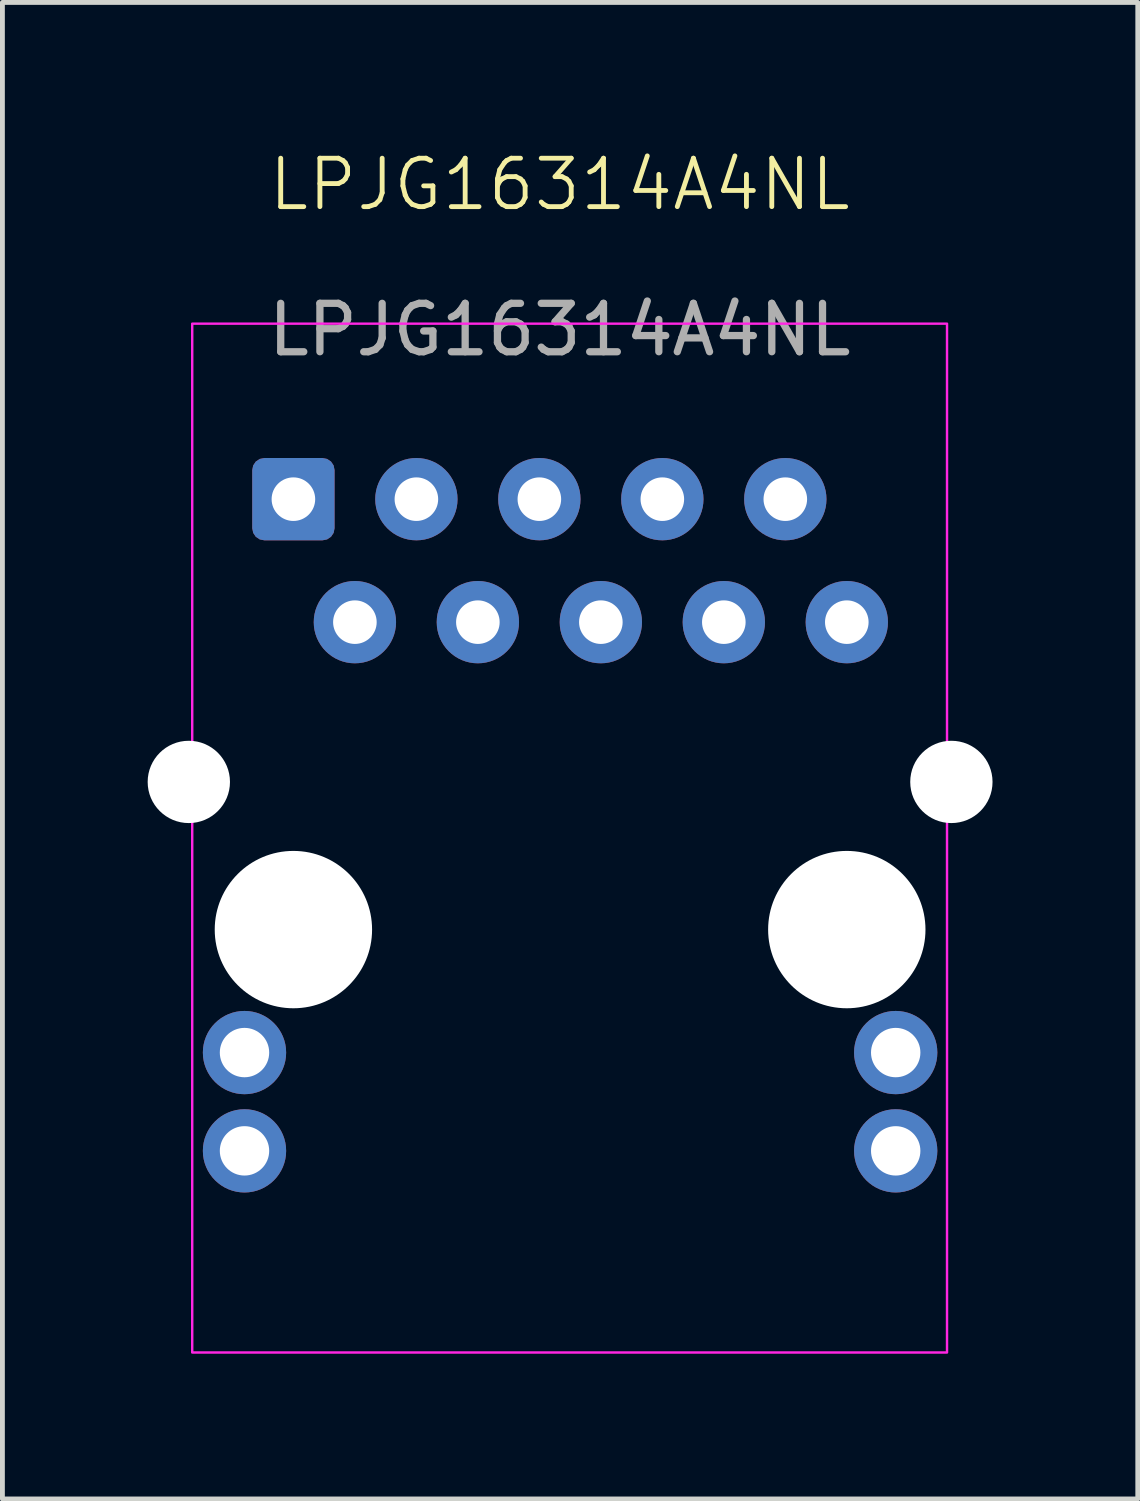
<source format=kicad_pcb>
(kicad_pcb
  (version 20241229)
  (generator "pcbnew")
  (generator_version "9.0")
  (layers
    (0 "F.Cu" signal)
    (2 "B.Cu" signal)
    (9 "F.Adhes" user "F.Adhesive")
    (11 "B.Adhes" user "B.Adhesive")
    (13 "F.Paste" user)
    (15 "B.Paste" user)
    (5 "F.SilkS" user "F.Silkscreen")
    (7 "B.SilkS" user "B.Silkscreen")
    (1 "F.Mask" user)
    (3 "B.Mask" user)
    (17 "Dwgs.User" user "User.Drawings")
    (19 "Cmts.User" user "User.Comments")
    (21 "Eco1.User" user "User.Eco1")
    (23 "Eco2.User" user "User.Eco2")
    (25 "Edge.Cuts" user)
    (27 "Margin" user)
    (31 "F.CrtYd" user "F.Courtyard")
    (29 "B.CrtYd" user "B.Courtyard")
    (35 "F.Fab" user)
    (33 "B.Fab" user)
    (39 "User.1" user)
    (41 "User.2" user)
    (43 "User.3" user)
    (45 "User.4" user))
  (footprint "LPJG16314A4NL"
    (layer "F.Cu")
    (at 8.51 1.26)
    (property "Reference" "LPJG16314A4NL" (at 0 -0.5 0) (unlocked yes) (layer "F.SilkS") (effects (font (size 1 1) (thickness 0.1))))
    (attr smd)
    (fp_rect (start -7.59 2.375) (end 8 23.625) (stroke (width 0.05) (type solid)) (fill no) (layer "F.CrtYd"))
    (fp_text user "${REFERENCE}" (at 0 2.5 0) (unlocked yes) (layer "F.Fab") (effects (font (size 1 1) (thickness 0.15))))
    (pad "" np_thru_hole circle (at -7.66 11.84) (size 1.7 1.7) (drill 1.7) (layers "*.Cu" "*.Mask"))
    (pad "" np_thru_hole circle (at -5.5 14.89) (size 3.25 3.25) (drill 3.25) (layers "*.Cu" "*.Mask"))
    (pad "" np_thru_hole circle (at 5.93 14.89) (size 3.25 3.25) (drill 3.25) (layers "*.Cu" "*.Mask"))
    (pad "" np_thru_hole circle (at 8.09 11.84) (size 1.7 1.7) (drill 1.7) (layers "*.Cu" "*.Mask"))
    (pad "1" thru_hole roundrect (at -5.5 6) (size 1.7 1.7) (drill 0.9) (layers "*.Cu" "*.Mask") (roundrect_rratio 0.147))
    (pad "2" thru_hole circle (at -4.23 8.54) (size 1.7 1.7) (drill 0.9) (layers "*.Cu" "*.Mask"))
    (pad "3" thru_hole circle (at -2.96 6) (size 1.7 1.7) (drill 0.9) (layers "*.Cu" "*.Mask"))
    (pad "4" thru_hole circle (at -1.69 8.54) (size 1.7 1.7) (drill 0.9) (layers "*.Cu" "*.Mask"))
    (pad "5" thru_hole circle (at -0.42 6) (size 1.7 1.7) (drill 0.9) (layers "*.Cu" "*.Mask"))
    (pad "6" thru_hole circle (at 0.85 8.54) (size 1.7 1.7) (drill 0.9) (layers "*.Cu" "*.Mask"))
    (pad "7" thru_hole circle (at 2.12 6) (size 1.7 1.7) (drill 0.9) (layers "*.Cu" "*.Mask"))
    (pad "8" thru_hole circle (at 3.39 8.54) (size 1.7 1.7) (drill 0.9) (layers "*.Cu" "*.Mask"))
    (pad "9" thru_hole circle (at 4.66 6) (size 1.7 1.7) (drill 0.9) (layers "*.Cu" "*.Mask"))
    (pad "10" thru_hole circle (at 5.93 8.54) (size 1.7 1.7) (drill 0.9) (layers "*.Cu" "*.Mask"))
    (pad "11" thru_hole circle (at 6.94 17.43) (size 1.72 1.72) (drill 1.02) (layers "*.Cu" "*.Mask"))
    (pad "12" thru_hole circle (at 6.94 19.46) (size 1.72 1.72) (drill 1.02) (layers "*.Cu" "*.Mask"))
    (pad "13" thru_hole circle (at -6.51 17.43) (size 1.72 1.72) (drill 1.02) (layers "*.Cu" "*.Mask"))
    (pad "14" thru_hole circle (at -6.51 19.46) (size 1.72 1.72) (drill 1.02) (layers "*.Cu" "*.Mask")))
  (gr_rect
    (start -3 -3)
    (end 20.45 27.91)
    (stroke (width 0.1) (type default))
    (fill no)
    (layer "Edge.Cuts")))
</source>
